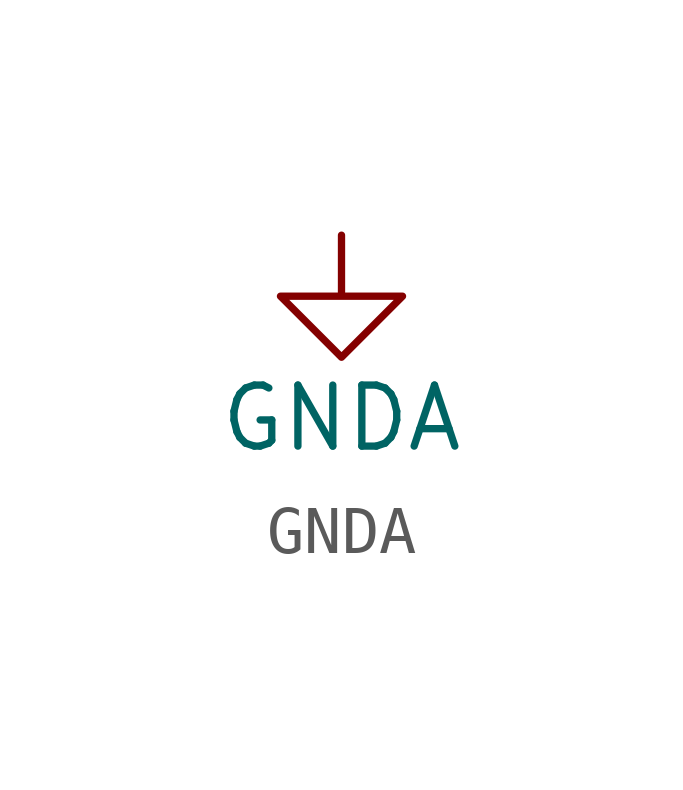
<source format=kicad_sym>
(kicad_symbol_lib
  (version 20211014)
  (generator kicad_symbol_editor)
  (symbol "GNDA"
    (power)
    (pin_names
      (offset 0))
    (property "Reference" "#PWR"
      (at 0 -6.35 0)
      (effects (font (size 1.27 1.27)) hide))
    (property "Value" "GNDA"
      (at 0 -3.81 0)
      (effects (font (size 1.27 1.27))))
    (property "Footprint" ""
      (at 0 0 0)
      (effects (font (size 1.524 1.524))))
    (property "Datasheet" ""
      (at 0 0 0)
      (effects (font (size 1.524 1.524))))
    (symbol "GNDA_0_1"
      (polyline (pts (xy 0 0) (xy 0 -1.27) (xy 1.27 -1.27) (xy 0 -2.54) (xy -1.27 -1.27) (xy 0 -1.27)) (stroke (width 0) (type default) (color 0 0 0 0)) (fill (type none))))
    (symbol "GNDA_1_1"
      (pin power_in line (at 0 0 270) (length 0) hide (name "GNDA" (effects (font (size 1.27 1.27)))) (number "1" (effects (font (size 1.27 1.27))))))))
</source>
